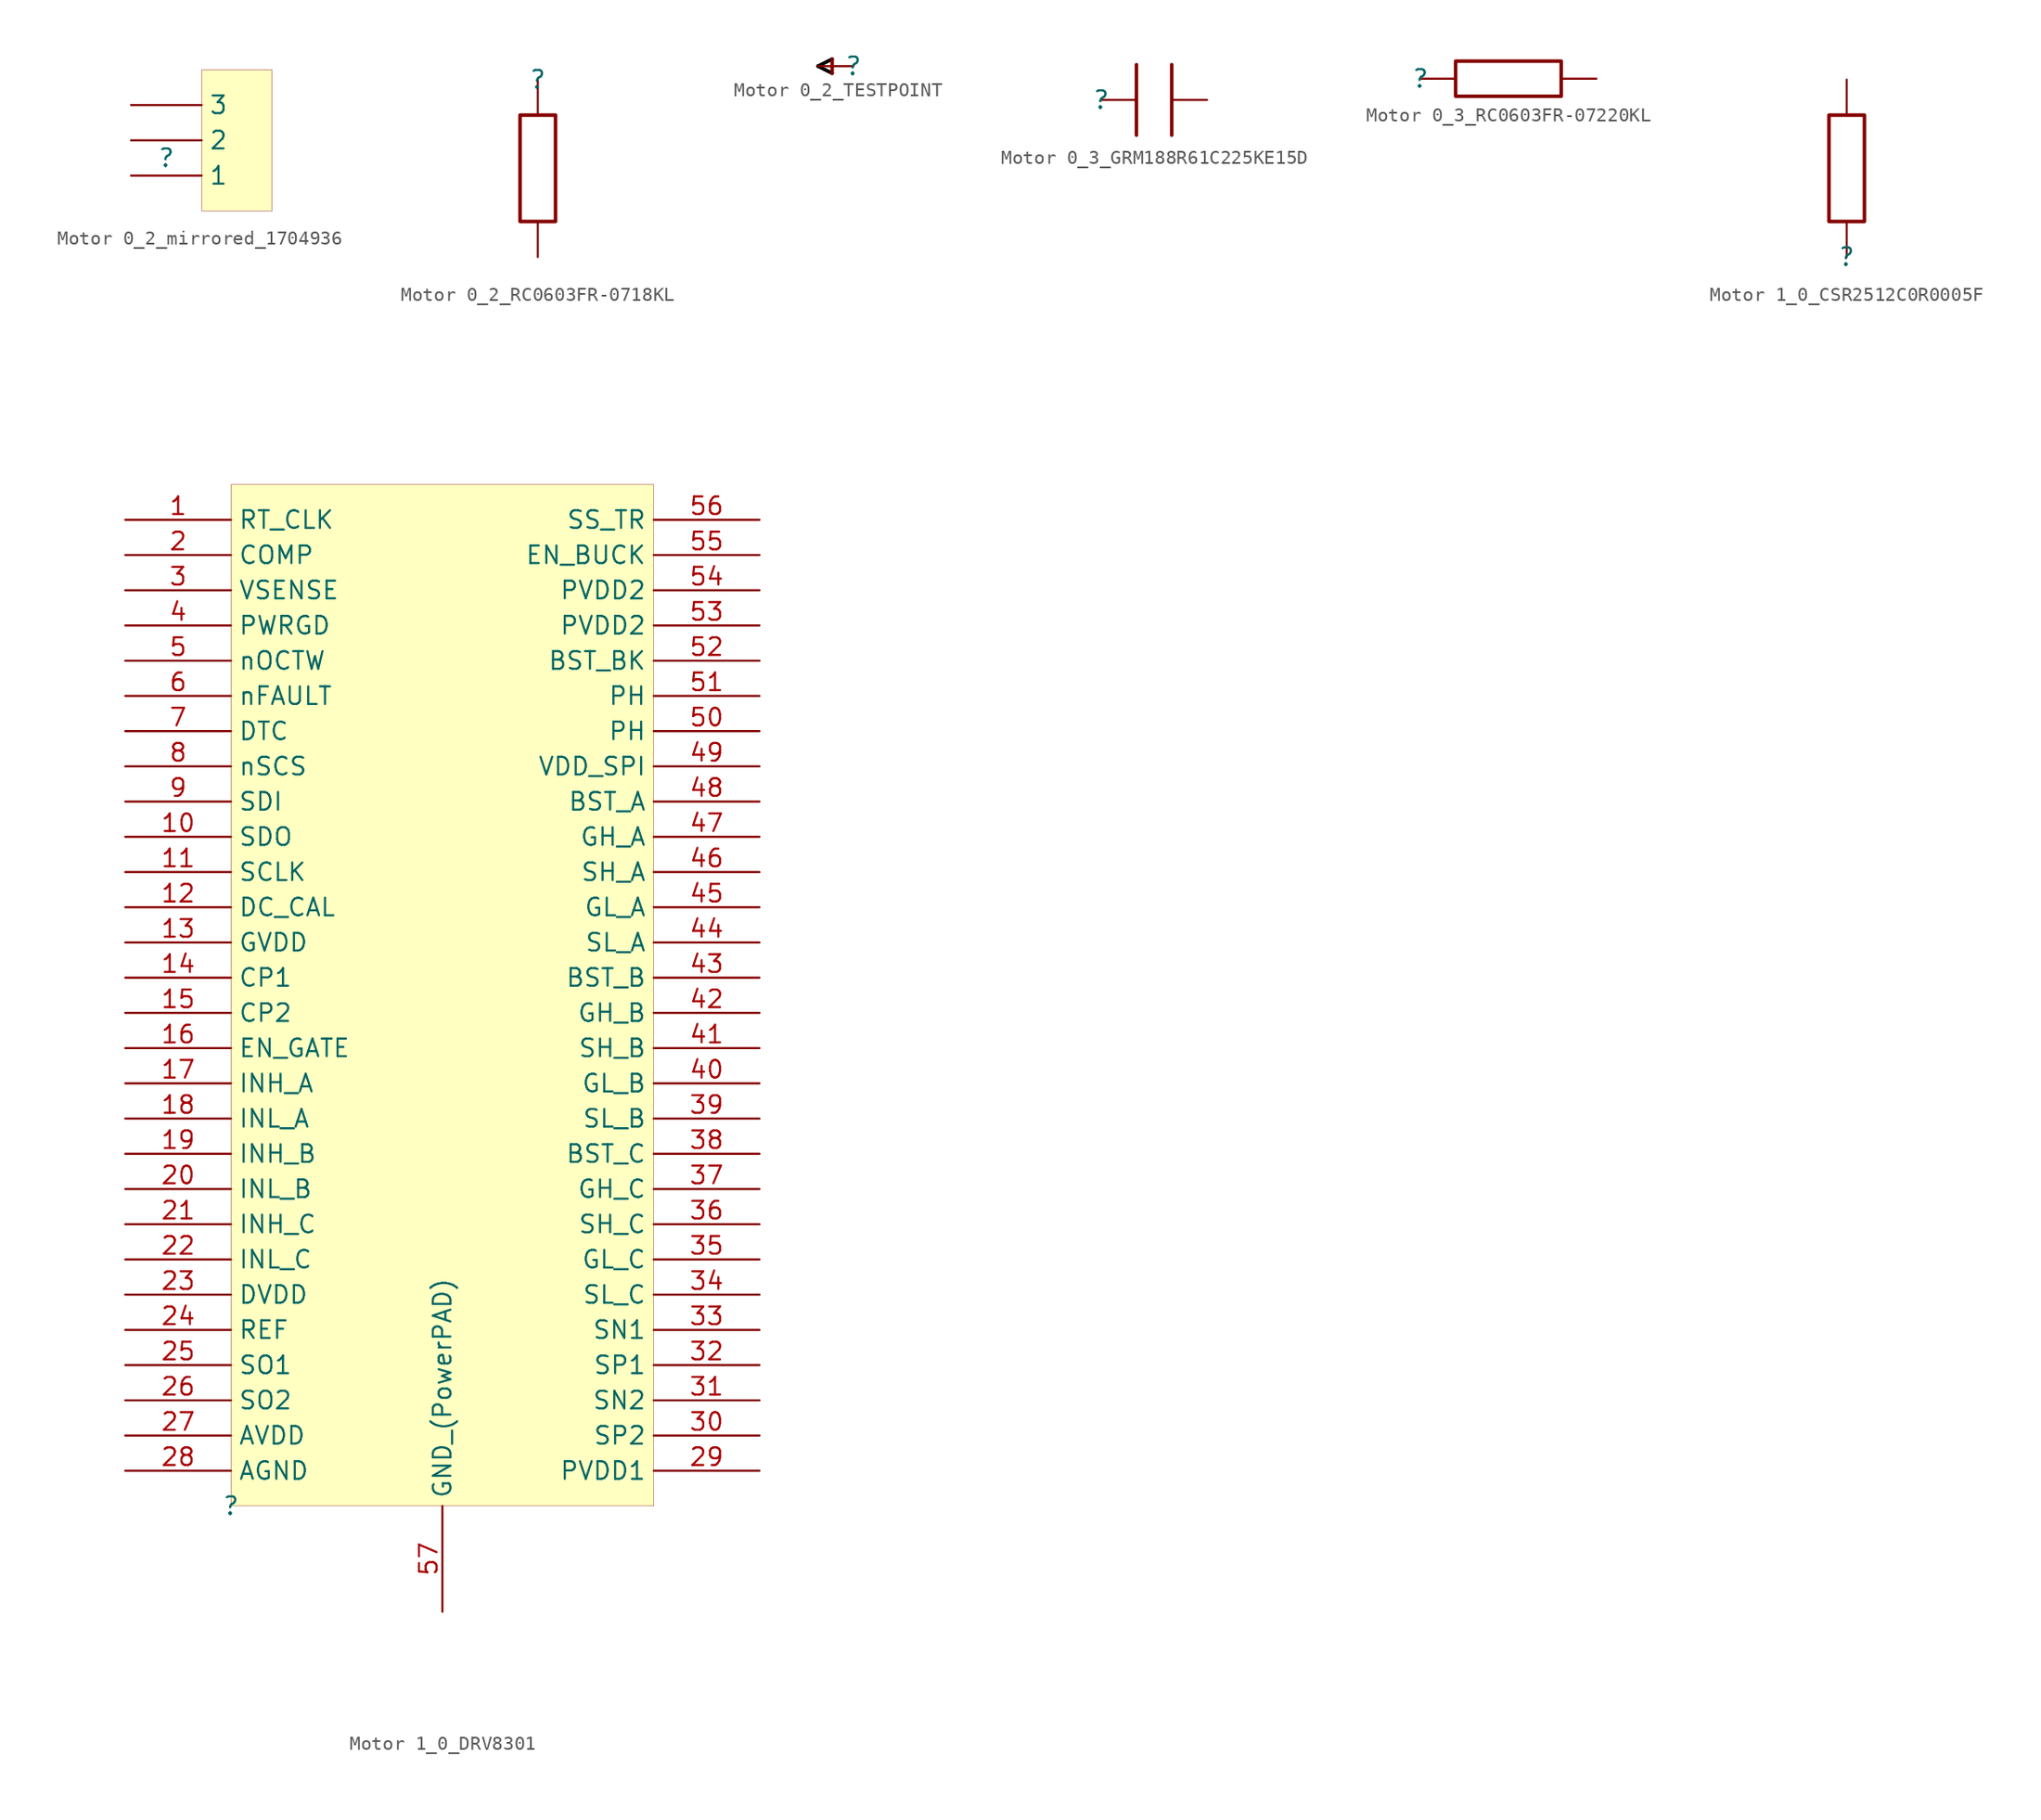
<source format=kicad_sym>
(kicad_symbol_lib
  (version 20231120)
  (generator "kicad_symbol_editor")
  (generator_version "8.0")
  (symbol "Motor 0_2_mirrored_1704936"
    (property "Reference" ""
      (at 0 0 0)
      (effects (font (size 1.27 1.27))))
    (property "Value" ""
      (at 0 0 0)
      (effects (font (size 1.27 1.27))))
    (symbol "Motor 0_2_mirrored_1704936_1_0"
      (rectangle (start 7.62 6.35) (end 2.54 -3.81) (stroke (width 0.025) (type solid) (color 128 0 0 1)) (fill (type background)))
      (pin passive line (at -2.54 -1.27 0) (length 5.08) (name "1" (effects (font (size 1.27 1.27)))) (number "1" (effects (font (size 0 0)))))
      (pin passive line (at -2.54 1.27 0) (length 5.08) (name "2" (effects (font (size 1.27 1.27)))) (number "2" (effects (font (size 0 0)))))
      (pin passive line (at -2.54 3.81 0) (length 5.08) (name "3" (effects (font (size 1.27 1.27)))) (number "3" (effects (font (size 0 0)))))))
  (symbol "Motor 0_2_RC0603FR-0718KL"
    (property "Reference" ""
      (at 0 0 0)
      (effects (font (size 1.27 1.27))))
    (property "Value" ""
      (at 0 0 0)
      (effects (font (size 1.27 1.27))))
    (symbol "Motor 0_2_RC0603FR-0718KL_1_0"
      (polyline (pts (xy -1.27 -2.54) (xy 1.27 -2.54) (xy 1.27 -10.16) (xy -1.27 -10.16) (xy -1.27 -2.54)) (stroke (width 0.254) (type solid)) (fill (type none)))
      (pin passive line (at 0 0 270) (length 2.54) (name "0" (effects (font (size 0 0)))) (number "1" (effects (font (size 0 0)))))
      (pin passive line (at 0 -12.7 90) (length 2.54) (name "0" (effects (font (size 0 0)))) (number "2" (effects (font (size 0 0)))))))
  (symbol "Motor 0_2_TESTPOINT"
    (property "Reference" ""
      (at 0 0 0)
      (effects (font (size 1.27 1.27))))
    (property "Value" ""
      (at 0 0 0)
      (effects (font (size 1.27 1.27))))
    (symbol "Motor 0_2_TESTPOINT_1_0"
      (polyline (pts (xy -2.54 0) (xy -1.524 0.508)) (stroke (width 0.254) (type solid) (color 0 0 0 1)) (fill (type none)))
      (polyline (pts (xy -1.524 -0.508) (xy -2.54 0)) (stroke (width 0.254) (type solid) (color 0 0 0 1)) (fill (type none)))
      (polyline (pts (xy -1.524 -0.508) (xy -1.524 0.508)) (stroke (width 0.254) (type solid)) (fill (type none)))
      (pin passive line (at 0 0 180) (length 2.54) (name "" (effects (font (size 0 0)))) (number "1" (effects (font (size 0 0)))))))
  (symbol "Motor 0_3_GRM188R61C225KE15D"
    (property "Reference" ""
      (at 0 0 0)
      (effects (font (size 1.27 1.27))))
    (property "Value" ""
      (at 0 0 0)
      (effects (font (size 1.27 1.27))))
    (symbol "Motor 0_3_GRM188R61C225KE15D_1_0"
      (polyline (pts (xy 2.54 2.54) (xy 2.54 -2.54)) (stroke (width 0.254) (type solid)) (fill (type none)))
      (polyline (pts (xy 5.08 2.54) (xy 5.08 -2.54)) (stroke (width 0.254) (type solid)) (fill (type none)))
      (pin passive line (at 0 0 0) (length 2.54) (name "1" (effects (font (size 0 0)))) (number "1" (effects (font (size 0 0)))))
      (pin passive line (at 7.62 0 180) (length 2.54) (name "2" (effects (font (size 0 0)))) (number "2" (effects (font (size 0 0)))))))
  (symbol "Motor 0_3_RC0603FR-07220KL"
    (property "Reference" ""
      (at 0 0 0)
      (effects (font (size 1.27 1.27))))
    (property "Value" ""
      (at 0 0 0)
      (effects (font (size 1.27 1.27))))
    (symbol "Motor 0_3_RC0603FR-07220KL_1_0"
      (polyline (pts (xy 2.54 -1.27) (xy 2.54 1.27) (xy 10.16 1.27) (xy 10.16 -1.27) (xy 2.54 -1.27)) (stroke (width 0.254) (type solid)) (fill (type none)))
      (pin passive line (at 0 0 0) (length 2.54) (name "0" (effects (font (size 0 0)))) (number "1" (effects (font (size 0 0)))))
      (pin passive line (at 12.7 0 180) (length 2.54) (name "0" (effects (font (size 0 0)))) (number "2" (effects (font (size 0 0)))))))
  (symbol "Motor 1_0_CSR2512C0R0005F"
    (property "Reference" ""
      (at 0 0 0)
      (effects (font (size 1.27 1.27))))
    (property "Value" ""
      (at 0 0 0)
      (effects (font (size 1.27 1.27))))
    (symbol "Motor 1_0_CSR2512C0R0005F_1_0"
      (polyline (pts (xy 1.27 2.54) (xy -1.27 2.54) (xy -1.27 10.16) (xy 1.27 10.16) (xy 1.27 2.54)) (stroke (width 0.254) (type solid)) (fill (type none)))
      (pin passive line (at 0 0 90) (length 2.54) (name "0" (effects (font (size 0 0)))) (number "1" (effects (font (size 0 0)))))
      (pin passive line (at 0 12.7 270) (length 2.54) (name "0" (effects (font (size 0 0)))) (number "2" (effects (font (size 0 0)))))))
  (symbol "Motor 1_0_DRV8301"
    (property "Reference" ""
      (at 0 0 0)
      (effects (font (size 1.27 1.27))))
    (property "Value" ""
      (at 0 0 0)
      (effects (font (size 1.27 1.27))))
    (symbol "Motor 1_0_DRV8301_1_0"
      (rectangle (start 30.48 73.66) (end 0 0) (stroke (width 0.025) (type solid) (color 128 0 0 1)) (fill (type background)))
      (pin passive line (at -7.62 71.12 0) (length 7.62) (name "RT_CLK" (effects (font (size 1.27 1.27)))) (number "1" (effects (font (size 1.27 1.27)))))
      (pin passive line (at -7.62 48.26 0) (length 7.62) (name "SDO" (effects (font (size 1.27 1.27)))) (number "10" (effects (font (size 1.27 1.27)))))
      (pin passive line (at -7.62 45.72 0) (length 7.62) (name "SCLK" (effects (font (size 1.27 1.27)))) (number "11" (effects (font (size 1.27 1.27)))))
      (pin passive line (at -7.62 43.18 0) (length 7.62) (name "DC_CAL" (effects (font (size 1.27 1.27)))) (number "12" (effects (font (size 1.27 1.27)))))
      (pin passive line (at -7.62 40.64 0) (length 7.62) (name "GVDD" (effects (font (size 1.27 1.27)))) (number "13" (effects (font (size 1.27 1.27)))))
      (pin passive line (at -7.62 38.1 0) (length 7.62) (name "CP1" (effects (font (size 1.27 1.27)))) (number "14" (effects (font (size 1.27 1.27)))))
      (pin passive line (at -7.62 35.56 0) (length 7.62) (name "CP2" (effects (font (size 1.27 1.27)))) (number "15" (effects (font (size 1.27 1.27)))))
      (pin passive line (at -7.62 33.02 0) (length 7.62) (name "EN_GATE" (effects (font (size 1.27 1.27)))) (number "16" (effects (font (size 1.27 1.27)))))
      (pin passive line (at -7.62 30.48 0) (length 7.62) (name "INH_A" (effects (font (size 1.27 1.27)))) (number "17" (effects (font (size 1.27 1.27)))))
      (pin passive line (at -7.62 27.94 0) (length 7.62) (name "INL_A" (effects (font (size 1.27 1.27)))) (number "18" (effects (font (size 1.27 1.27)))))
      (pin passive line (at -7.62 25.4 0) (length 7.62) (name "INH_B" (effects (font (size 1.27 1.27)))) (number "19" (effects (font (size 1.27 1.27)))))
      (pin passive line (at -7.62 68.58 0) (length 7.62) (name "COMP" (effects (font (size 1.27 1.27)))) (number "2" (effects (font (size 1.27 1.27)))))
      (pin passive line (at -7.62 22.86 0) (length 7.62) (name "INL_B" (effects (font (size 1.27 1.27)))) (number "20" (effects (font (size 1.27 1.27)))))
      (pin passive line (at -7.62 20.32 0) (length 7.62) (name "INH_C" (effects (font (size 1.27 1.27)))) (number "21" (effects (font (size 1.27 1.27)))))
      (pin passive line (at -7.62 17.78 0) (length 7.62) (name "INL_C" (effects (font (size 1.27 1.27)))) (number "22" (effects (font (size 1.27 1.27)))))
      (pin passive line (at -7.62 15.24 0) (length 7.62) (name "DVDD" (effects (font (size 1.27 1.27)))) (number "23" (effects (font (size 1.27 1.27)))))
      (pin passive line (at -7.62 12.7 0) (length 7.62) (name "REF" (effects (font (size 1.27 1.27)))) (number "24" (effects (font (size 1.27 1.27)))))
      (pin passive line (at -7.62 10.16 0) (length 7.62) (name "SO1" (effects (font (size 1.27 1.27)))) (number "25" (effects (font (size 1.27 1.27)))))
      (pin passive line (at -7.62 7.62 0) (length 7.62) (name "SO2" (effects (font (size 1.27 1.27)))) (number "26" (effects (font (size 1.27 1.27)))))
      (pin passive line (at -7.62 5.08 0) (length 7.62) (name "AVDD" (effects (font (size 1.27 1.27)))) (number "27" (effects (font (size 1.27 1.27)))))
      (pin passive line (at -7.62 2.54 0) (length 7.62) (name "AGND" (effects (font (size 1.27 1.27)))) (number "28" (effects (font (size 1.27 1.27)))))
      (pin passive line (at 38.1 2.54 180) (length 7.62) (name "PVDD1" (effects (font (size 1.27 1.27)))) (number "29" (effects (font (size 1.27 1.27)))))
      (pin passive line (at -7.62 66.04 0) (length 7.62) (name "VSENSE" (effects (font (size 1.27 1.27)))) (number "3" (effects (font (size 1.27 1.27)))))
      (pin passive line (at 38.1 5.08 180) (length 7.62) (name "SP2" (effects (font (size 1.27 1.27)))) (number "30" (effects (font (size 1.27 1.27)))))
      (pin passive line (at 38.1 7.62 180) (length 7.62) (name "SN2" (effects (font (size 1.27 1.27)))) (number "31" (effects (font (size 1.27 1.27)))))
      (pin passive line (at 38.1 10.16 180) (length 7.62) (name "SP1" (effects (font (size 1.27 1.27)))) (number "32" (effects (font (size 1.27 1.27)))))
      (pin passive line (at 38.1 12.7 180) (length 7.62) (name "SN1" (effects (font (size 1.27 1.27)))) (number "33" (effects (font (size 1.27 1.27)))))
      (pin passive line (at 38.1 15.24 180) (length 7.62) (name "SL_C" (effects (font (size 1.27 1.27)))) (number "34" (effects (font (size 1.27 1.27)))))
      (pin passive line (at 38.1 17.78 180) (length 7.62) (name "GL_C" (effects (font (size 1.27 1.27)))) (number "35" (effects (font (size 1.27 1.27)))))
      (pin passive line (at 38.1 20.32 180) (length 7.62) (name "SH_C" (effects (font (size 1.27 1.27)))) (number "36" (effects (font (size 1.27 1.27)))))
      (pin passive line (at 38.1 22.86 180) (length 7.62) (name "GH_C" (effects (font (size 1.27 1.27)))) (number "37" (effects (font (size 1.27 1.27)))))
      (pin passive line (at 38.1 25.4 180) (length 7.62) (name "BST_C" (effects (font (size 1.27 1.27)))) (number "38" (effects (font (size 1.27 1.27)))))
      (pin passive line (at 38.1 27.94 180) (length 7.62) (name "SL_B" (effects (font (size 1.27 1.27)))) (number "39" (effects (font (size 1.27 1.27)))))
      (pin passive line (at -7.62 63.5 0) (length 7.62) (name "PWRGD" (effects (font (size 1.27 1.27)))) (number "4" (effects (font (size 1.27 1.27)))))
      (pin passive line (at 38.1 30.48 180) (length 7.62) (name "GL_B" (effects (font (size 1.27 1.27)))) (number "40" (effects (font (size 1.27 1.27)))))
      (pin passive line (at 38.1 33.02 180) (length 7.62) (name "SH_B" (effects (font (size 1.27 1.27)))) (number "41" (effects (font (size 1.27 1.27)))))
      (pin passive line (at 38.1 35.56 180) (length 7.62) (name "GH_B" (effects (font (size 1.27 1.27)))) (number "42" (effects (font (size 1.27 1.27)))))
      (pin passive line (at 38.1 38.1 180) (length 7.62) (name "BST_B" (effects (font (size 1.27 1.27)))) (number "43" (effects (font (size 1.27 1.27)))))
      (pin passive line (at 38.1 40.64 180) (length 7.62) (name "SL_A" (effects (font (size 1.27 1.27)))) (number "44" (effects (font (size 1.27 1.27)))))
      (pin passive line (at 38.1 43.18 180) (length 7.62) (name "GL_A" (effects (font (size 1.27 1.27)))) (number "45" (effects (font (size 1.27 1.27)))))
      (pin passive line (at 38.1 45.72 180) (length 7.62) (name "SH_A" (effects (font (size 1.27 1.27)))) (number "46" (effects (font (size 1.27 1.27)))))
      (pin passive line (at 38.1 48.26 180) (length 7.62) (name "GH_A" (effects (font (size 1.27 1.27)))) (number "47" (effects (font (size 1.27 1.27)))))
      (pin passive line (at 38.1 50.8 180) (length 7.62) (name "BST_A" (effects (font (size 1.27 1.27)))) (number "48" (effects (font (size 1.27 1.27)))))
      (pin passive line (at 38.1 53.34 180) (length 7.62) (name "VDD_SPI" (effects (font (size 1.27 1.27)))) (number "49" (effects (font (size 1.27 1.27)))))
      (pin passive line (at -7.62 60.96 0) (length 7.62) (name "nOCTW" (effects (font (size 1.27 1.27)))) (number "5" (effects (font (size 1.27 1.27)))))
      (pin passive line (at 38.1 55.88 180) (length 7.62) (name "PH" (effects (font (size 1.27 1.27)))) (number "50" (effects (font (size 1.27 1.27)))))
      (pin passive line (at 38.1 58.42 180) (length 7.62) (name "PH" (effects (font (size 1.27 1.27)))) (number "51" (effects (font (size 1.27 1.27)))))
      (pin passive line (at 38.1 60.96 180) (length 7.62) (name "BST_BK" (effects (font (size 1.27 1.27)))) (number "52" (effects (font (size 1.27 1.27)))))
      (pin passive line (at 38.1 63.5 180) (length 7.62) (name "PVDD2" (effects (font (size 1.27 1.27)))) (number "53" (effects (font (size 1.27 1.27)))))
      (pin passive line (at 38.1 66.04 180) (length 7.62) (name "PVDD2" (effects (font (size 1.27 1.27)))) (number "54" (effects (font (size 1.27 1.27)))))
      (pin passive line (at 38.1 68.58 180) (length 7.62) (name "EN_BUCK" (effects (font (size 1.27 1.27)))) (number "55" (effects (font (size 1.27 1.27)))))
      (pin passive line (at 38.1 71.12 180) (length 7.62) (name "SS_TR" (effects (font (size 1.27 1.27)))) (number "56" (effects (font (size 1.27 1.27)))))
      (pin passive line (at 15.24 -7.62 90) (length 7.62) (name "GND_(PowerPAD)" (effects (font (size 1.27 1.27)))) (number "57" (effects (font (size 1.27 1.27)))))
      (pin passive line (at -7.62 58.42 0) (length 7.62) (name "nFAULT" (effects (font (size 1.27 1.27)))) (number "6" (effects (font (size 1.27 1.27)))))
      (pin passive line (at -7.62 55.88 0) (length 7.62) (name "DTC" (effects (font (size 1.27 1.27)))) (number "7" (effects (font (size 1.27 1.27)))))
      (pin passive line (at -7.62 53.34 0) (length 7.62) (name "nSCS" (effects (font (size 1.27 1.27)))) (number "8" (effects (font (size 1.27 1.27)))))
      (pin passive line (at -7.62 50.8 0) (length 7.62) (name "SDI" (effects (font (size 1.27 1.27)))) (number "9" (effects (font (size 1.27 1.27))))))))
</source>
